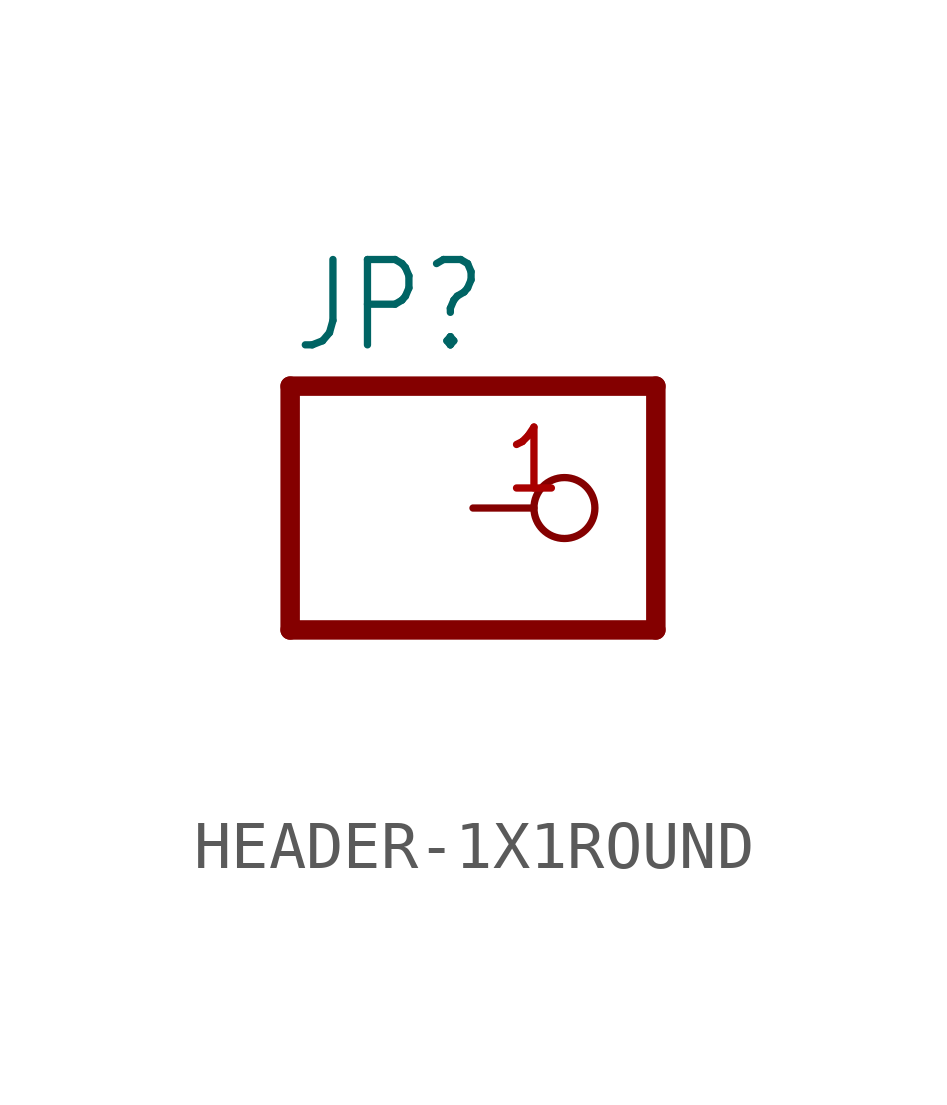
<source format=kicad_sym>
(kicad_symbol_lib
  (version 20220914)
  (generator kicad_symbol_editor)
  (symbol "HEADER-1X1ROUND"
    (property "Reference" "JP"
      (at -6.35 3.175 0)
      (effects (font (size 1.778 1.511)) (justify left bottom)))
    (property "Value" ""
      (at -6.35 -5.08 0)
      (effects (font (size 1.778 1.511)) (justify left bottom)))
    (property "ki_locked" ""
      (at 0 0 0)
      (effects (font (size 1.27 1.27))))
    (symbol "HEADER-1X1ROUND_1_0"
      (polyline (pts (xy -6.35 -2.54) (xy 1.27 -2.54)) (stroke (width 0.406) (type solid)) (fill (type none)))
      (polyline (pts (xy -6.35 2.54) (xy -6.35 -2.54)) (stroke (width 0.406) (type solid)) (fill (type none)))
      (polyline (pts (xy 1.27 -2.54) (xy 1.27 2.54)) (stroke (width 0.406) (type solid)) (fill (type none)))
      (polyline (pts (xy 1.27 2.54) (xy -6.35 2.54)) (stroke (width 0.406) (type solid)) (fill (type none)))
      (pin passive inverted (at -2.54 0 0) (length 2.54) (name "1" (effects (font (size 0 0)))) (number "1" (effects (font (size 1.27 1.27))))))))
</source>
